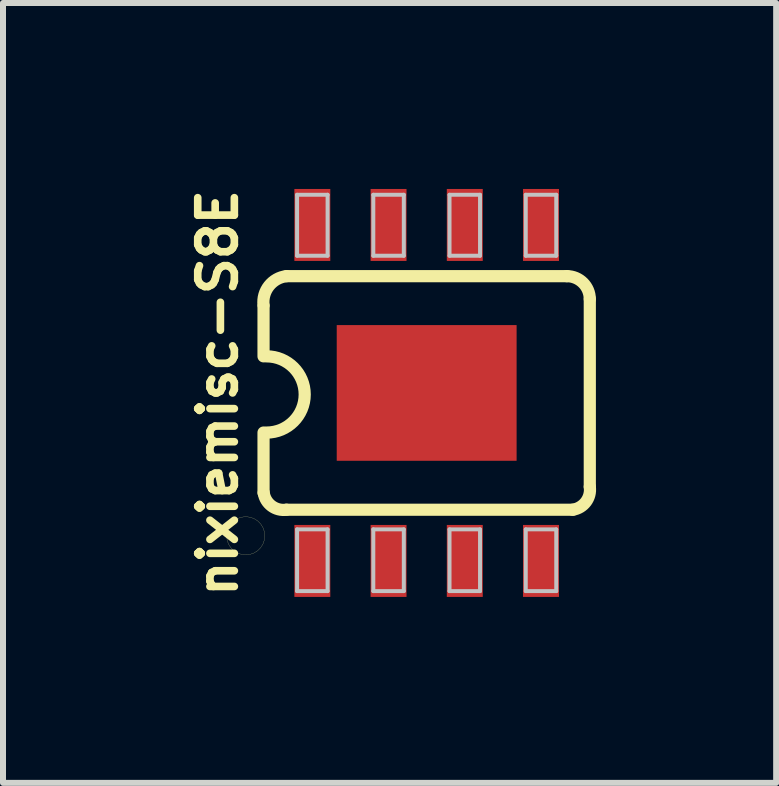
<source format=kicad_pcb>
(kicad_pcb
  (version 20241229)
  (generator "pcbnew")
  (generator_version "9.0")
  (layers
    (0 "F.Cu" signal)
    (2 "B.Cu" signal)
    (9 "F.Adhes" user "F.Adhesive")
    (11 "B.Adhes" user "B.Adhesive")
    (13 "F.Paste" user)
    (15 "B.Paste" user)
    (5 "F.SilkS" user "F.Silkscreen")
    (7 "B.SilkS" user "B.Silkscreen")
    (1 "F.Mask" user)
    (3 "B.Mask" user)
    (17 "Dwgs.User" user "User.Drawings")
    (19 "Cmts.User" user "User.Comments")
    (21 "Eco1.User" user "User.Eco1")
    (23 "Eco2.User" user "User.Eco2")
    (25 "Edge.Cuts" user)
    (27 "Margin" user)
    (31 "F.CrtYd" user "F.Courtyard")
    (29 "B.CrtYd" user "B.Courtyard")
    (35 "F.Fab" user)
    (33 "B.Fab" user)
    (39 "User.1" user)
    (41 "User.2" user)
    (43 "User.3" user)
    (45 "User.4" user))
  (footprint "nixiemisc-S8E"
    (layer "F.Cu")
    (at 4.059 3.497)
    (property "Reference" "nixiemisc-S8E" (at -3.48 0 90) (unlocked yes) (layer "F.SilkS") (effects (font (size 0.61 0.61) (thickness 0.127))))
    (attr smd)
    (fp_line (start -2.718 -1.45) (end -2.718 -0.61) (stroke (width 0.203) (type solid)) (layer "F.SilkS"))
    (fp_line (start -2.718 1.664) (end -2.718 0.66) (stroke (width 0.203) (type solid)) (layer "F.SilkS"))
    (fp_line (start -2.337 1.946) (end 2.436 1.946) (stroke (width 0.203) (type solid)) (layer "F.SilkS"))
    (fp_line (start 2.337 -1.946) (end -2.337 -1.946) (stroke (width 0.203) (type solid)) (layer "F.SilkS"))
    (fp_line (start 2.718 1.565) (end 2.718 -1.565) (stroke (width 0.203) (type solid)) (layer "F.SilkS"))
    (fp_arc (start -2.7178 -1.46304) (mid -2.62725 -1.783248) (end -2.3368 -1.94564) (stroke (width 0.2032) (type solid)) (layer "F.SilkS"))
    (fp_arc (start -2.667 -0.6096) (mid -2.032 0.0254) (end -2.667 0.6604) (stroke (width 0.2032) (type solid)) (layer "F.SilkS"))
    (fp_arc (start -2.3368 1.94564) (mid -2.584422 1.883052) (end -2.71526 1.6637) (stroke (width 0.2032) (type solid)) (layer "F.SilkS"))
    (fp_arc (start 2.3368 -1.94564) (mid 2.606208 -1.834048) (end 2.7178 -1.56464) (stroke (width 0.2032) (type solid)) (layer "F.SilkS"))
    (fp_arc (start 2.7178 1.56464) (mid 2.654468 1.814058) (end 2.43332 1.94564) (stroke (width 0.2032) (type solid)) (layer "F.SilkS"))
    (fp_poly (pts (xy -2.697 2.38) (xy -2.705 2.309) (xy -2.728 2.243) (xy -2.766 2.182) (xy -2.817 2.131) (xy -2.878 2.093) (xy -2.944 2.07) (xy -3.015 2.062) (xy -3.086 2.07) (xy -3.152 2.093) (xy -3.213 2.131) (xy -3.264 2.182) (xy -3.302 2.243) (xy -3.325 2.309) (xy -3.332 2.38) (xy -3.325 2.451) (xy -3.302 2.517) (xy -3.264 2.578) (xy -3.213 2.629) (xy -3.152 2.667) (xy -3.086 2.69) (xy -3.015 2.697) (xy -2.944 2.69) (xy -2.878 2.667) (xy -2.817 2.629) (xy -2.766 2.578) (xy -2.728 2.517) (xy -2.705 2.451) (xy -2.697 2.38)) (stroke (width 0.003) (type solid)) (fill no) (layer "F.SilkS"))
    (fp_line (start -2.159 -3.302) (end -1.651 -3.302) (stroke (width 0.066) (type solid)) (layer "Dwgs.User"))
    (fp_line (start -2.159 -2.286) (end -2.159 -3.302) (stroke (width 0.066) (type solid)) (layer "Dwgs.User"))
    (fp_line (start -2.159 -2.286) (end -1.651 -2.286) (stroke (width 0.066) (type solid)) (layer "Dwgs.User"))
    (fp_line (start -2.159 2.273) (end -1.651 2.273) (stroke (width 0.066) (type solid)) (layer "Dwgs.User"))
    (fp_line (start -2.159 3.302) (end -2.159 2.273) (stroke (width 0.066) (type solid)) (layer "Dwgs.User"))
    (fp_line (start -2.159 3.302) (end -1.651 3.302) (stroke (width 0.066) (type solid)) (layer "Dwgs.User"))
    (fp_line (start -1.651 -2.286) (end -1.651 -3.302) (stroke (width 0.066) (type solid)) (layer "Dwgs.User"))
    (fp_line (start -1.651 3.302) (end -1.651 2.273) (stroke (width 0.066) (type solid)) (layer "Dwgs.User"))
    (fp_line (start -0.889 -3.302) (end -0.381 -3.302) (stroke (width 0.066) (type solid)) (layer "Dwgs.User"))
    (fp_line (start -0.889 -2.286) (end -0.889 -3.302) (stroke (width 0.066) (type solid)) (layer "Dwgs.User"))
    (fp_line (start -0.889 -2.286) (end -0.381 -2.286) (stroke (width 0.066) (type solid)) (layer "Dwgs.User"))
    (fp_line (start -0.889 2.273) (end -0.381 2.273) (stroke (width 0.066) (type solid)) (layer "Dwgs.User"))
    (fp_line (start -0.889 3.302) (end -0.889 2.273) (stroke (width 0.066) (type solid)) (layer "Dwgs.User"))
    (fp_line (start -0.889 3.302) (end -0.381 3.302) (stroke (width 0.066) (type solid)) (layer "Dwgs.User"))
    (fp_line (start -0.381 -2.286) (end -0.381 -3.302) (stroke (width 0.066) (type solid)) (layer "Dwgs.User"))
    (fp_line (start -0.381 3.302) (end -0.381 2.273) (stroke (width 0.066) (type solid)) (layer "Dwgs.User"))
    (fp_line (start 0.381 -3.302) (end 0.889 -3.302) (stroke (width 0.066) (type solid)) (layer "Dwgs.User"))
    (fp_line (start 0.381 -2.286) (end 0.381 -3.302) (stroke (width 0.066) (type solid)) (layer "Dwgs.User"))
    (fp_line (start 0.381 -2.286) (end 0.889 -2.286) (stroke (width 0.066) (type solid)) (layer "Dwgs.User"))
    (fp_line (start 0.381 2.273) (end 0.889 2.273) (stroke (width 0.066) (type solid)) (layer "Dwgs.User"))
    (fp_line (start 0.381 3.302) (end 0.381 2.273) (stroke (width 0.066) (type solid)) (layer "Dwgs.User"))
    (fp_line (start 0.381 3.302) (end 0.889 3.302) (stroke (width 0.066) (type solid)) (layer "Dwgs.User"))
    (fp_line (start 0.889 -2.286) (end 0.889 -3.302) (stroke (width 0.066) (type solid)) (layer "Dwgs.User"))
    (fp_line (start 0.889 3.302) (end 0.889 2.273) (stroke (width 0.066) (type solid)) (layer "Dwgs.User"))
    (fp_line (start 1.651 -3.302) (end 2.159 -3.302) (stroke (width 0.066) (type solid)) (layer "Dwgs.User"))
    (fp_line (start 1.651 -2.286) (end 1.651 -3.302) (stroke (width 0.066) (type solid)) (layer "Dwgs.User"))
    (fp_line (start 1.651 -2.286) (end 2.159 -2.286) (stroke (width 0.066) (type solid)) (layer "Dwgs.User"))
    (fp_line (start 1.651 2.273) (end 2.159 2.273) (stroke (width 0.066) (type solid)) (layer "Dwgs.User"))
    (fp_line (start 1.651 3.302) (end 1.651 2.273) (stroke (width 0.066) (type solid)) (layer "Dwgs.User"))
    (fp_line (start 1.651 3.302) (end 2.159 3.302) (stroke (width 0.066) (type solid)) (layer "Dwgs.User"))
    (fp_line (start 2.159 -2.286) (end 2.159 -3.302) (stroke (width 0.066) (type solid)) (layer "Dwgs.User"))
    (fp_line (start 2.159 3.302) (end 2.159 2.273) (stroke (width 0.066) (type solid)) (layer "Dwgs.User"))
    (pad "1" smd rect (at -1.905 2.799) (size 0.599 1.199) (layers "F.Cu" "F.Mask" "F.Paste"))
    (pad "2" smd rect (at -0.635 2.799) (size 0.599 1.199) (layers "F.Cu" "F.Mask" "F.Paste"))
    (pad "3" smd rect (at 0.635 2.799) (size 0.599 1.199) (layers "F.Cu" "F.Mask" "F.Paste"))
    (pad "4" smd rect (at 1.905 2.799) (size 0.599 1.199) (layers "F.Cu" "F.Mask" "F.Paste"))
    (pad "5" smd rect (at 1.905 -2.799) (size 0.599 1.199) (layers "F.Cu" "F.Mask" "F.Paste"))
    (pad "6" smd rect (at 0.635 -2.799) (size 0.599 1.199) (layers "F.Cu" "F.Mask" "F.Paste"))
    (pad "7" smd rect (at -0.635 -2.799) (size 0.599 1.199) (layers "F.Cu" "F.Mask" "F.Paste"))
    (pad "8" smd rect (at -1.905 -2.799) (size 0.599 1.199) (layers "F.Cu" "F.Mask" "F.Paste"))
    (pad "9" smd rect (at 0 0) (size 2.997 2.261) (layers "F.Cu" "F.Mask" "F.Paste")))
  (gr_rect
    (start -3 -3)
    (end 9.882 9.994)
    (stroke (width 0.1) (type default))
    (fill no)
    (layer "Edge.Cuts")))
</source>
